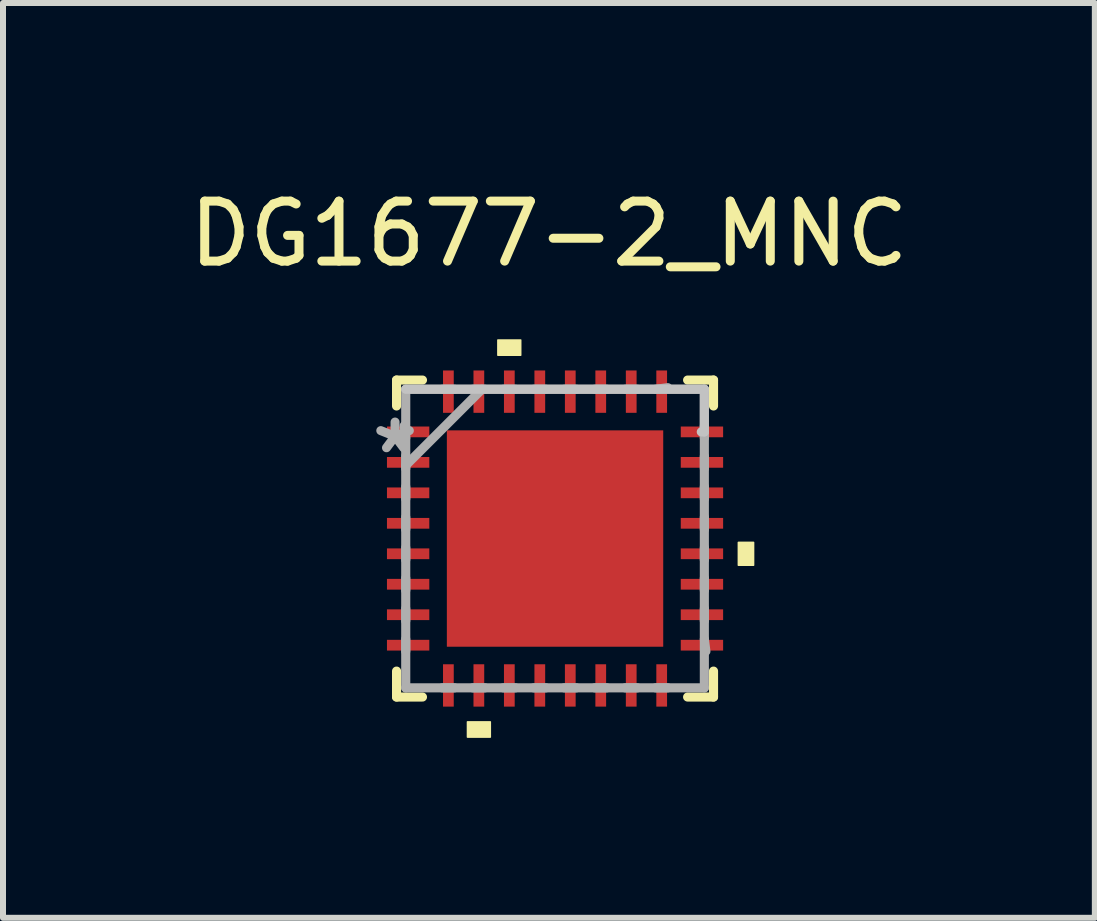
<source format=kicad_pcb>
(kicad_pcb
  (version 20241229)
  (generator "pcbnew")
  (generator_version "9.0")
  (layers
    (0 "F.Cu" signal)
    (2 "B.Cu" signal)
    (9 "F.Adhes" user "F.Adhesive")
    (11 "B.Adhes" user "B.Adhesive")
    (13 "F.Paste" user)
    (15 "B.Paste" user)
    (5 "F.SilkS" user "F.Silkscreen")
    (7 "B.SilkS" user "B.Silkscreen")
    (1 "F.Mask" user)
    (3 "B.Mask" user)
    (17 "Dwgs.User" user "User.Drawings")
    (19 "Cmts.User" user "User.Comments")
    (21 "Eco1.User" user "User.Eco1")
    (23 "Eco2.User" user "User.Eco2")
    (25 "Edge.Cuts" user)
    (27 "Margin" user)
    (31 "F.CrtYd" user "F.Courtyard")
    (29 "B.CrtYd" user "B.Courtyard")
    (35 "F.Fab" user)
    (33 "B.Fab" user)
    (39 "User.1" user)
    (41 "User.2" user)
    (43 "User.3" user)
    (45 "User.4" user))
  (footprint "DG1677-2_MNC"
    (layer "F.Cu")
    (at 6.203 5.928)
    (property "Reference" "DG1677-2_MNC" (at -0.102 -5.08 0) (layer "F.SilkS") (effects (font (size 1 1) (thickness 0.15))))
    (attr smd)
    (fp_line (start -2.642 -2.642) (end -2.642 -2.21) (stroke (width 0.152) (type solid)) (layer "F.SilkS"))
    (fp_line (start -2.642 2.21) (end -2.642 2.642) (stroke (width 0.152) (type solid)) (layer "F.SilkS"))
    (fp_line (start -2.642 2.642) (end -2.21 2.642) (stroke (width 0.152) (type solid)) (layer "F.SilkS"))
    (fp_line (start -2.21 -2.642) (end -2.642 -2.642) (stroke (width 0.152) (type solid)) (layer "F.SilkS"))
    (fp_line (start 2.21 2.642) (end 2.642 2.642) (stroke (width 0.152) (type solid)) (layer "F.SilkS"))
    (fp_line (start 2.642 -2.642) (end 2.21 -2.642) (stroke (width 0.152) (type solid)) (layer "F.SilkS"))
    (fp_line (start 2.642 -2.21) (end 2.642 -2.642) (stroke (width 0.152) (type solid)) (layer "F.SilkS"))
    (fp_line (start 2.642 2.642) (end 2.642 2.21) (stroke (width 0.152) (type solid)) (layer "F.SilkS"))
    (fp_poly (pts (xy -1.46 3.056) (xy -1.46 3.31) (xy -1.079 3.31) (xy -1.079 3.056)) (stroke (width 0.025) (type solid)) (fill yes) (layer "F.SilkS"))
    (fp_poly (pts (xy -0.953 -3.056) (xy -0.953 -3.31) (xy -0.572 -3.31) (xy -0.572 -3.056)) (stroke (width 0.025) (type solid)) (fill yes) (layer "F.SilkS"))
    (fp_poly (pts (xy 3.31 0.064) (xy 3.31 0.445) (xy 3.056 0.445) (xy 3.056 0.064)) (stroke (width 0.025) (type solid)) (fill yes) (layer "F.SilkS"))
    (fp_poly (pts (xy -1.703 -1.703) (xy -1.703 -0.1) (xy -0.1 -0.1) (xy -0.1 -1.703)) (stroke (width 0.025) (type solid)) (fill yes) (layer "F.Paste"))
    (fp_poly (pts (xy -1.703 0.1) (xy -1.703 1.703) (xy -0.1 1.703) (xy -0.1 0.1)) (stroke (width 0.025) (type solid)) (fill yes) (layer "F.Paste"))
    (fp_poly (pts (xy 0.1 -1.703) (xy 0.1 -0.1) (xy 1.703 -0.1) (xy 1.703 -1.703)) (stroke (width 0.025) (type solid)) (fill yes) (layer "F.Paste"))
    (fp_poly (pts (xy 0.1 0.1) (xy 0.1 1.703) (xy 1.703 1.703) (xy 1.703 0.1)) (stroke (width 0.025) (type solid)) (fill yes) (layer "F.Paste"))
    (fp_line (start 2.438 -1.778) (end 2.489 -1.778) (stroke (width 0.152) (type solid)) (layer "Dwgs.User"))
    (fp_line (start 2.489 -2.489) (end -2.489 -2.489) (stroke (width 0.152) (type solid)) (layer "Dwgs.User"))
    (fp_line (start 2.489 -1.778) (end 2.489 -2.489) (stroke (width 0.152) (type solid)) (layer "Dwgs.User"))
    (fp_line (start -2.515 -1.88) (end -2.489 -1.676) (stroke (width 0.152) (type solid)) (layer "F.Fab"))
    (fp_line (start -2.489 -2.489) (end -2.489 2.489) (stroke (width 0.152) (type solid)) (layer "F.Fab"))
    (fp_line (start -2.489 -1.372) (end -2.489 -1.168) (stroke (width 0.152) (type solid)) (layer "F.Fab"))
    (fp_line (start -2.489 -1.219) (end -1.219 -2.489) (stroke (width 0.152) (type solid)) (layer "F.Fab"))
    (fp_line (start -2.489 -0.864) (end -2.489 -0.66) (stroke (width 0.152) (type solid)) (layer "F.Fab"))
    (fp_line (start -2.489 -0.356) (end -2.489 -0.152) (stroke (width 0.152) (type solid)) (layer "F.Fab"))
    (fp_line (start -2.489 0.152) (end -2.489 0.356) (stroke (width 0.152) (type solid)) (layer "F.Fab"))
    (fp_line (start -2.489 0.66) (end -2.489 0.864) (stroke (width 0.152) (type solid)) (layer "F.Fab"))
    (fp_line (start -2.489 1.168) (end -2.489 1.372) (stroke (width 0.152) (type solid)) (layer "F.Fab"))
    (fp_line (start -2.489 1.676) (end -2.489 1.88) (stroke (width 0.152) (type solid)) (layer "F.Fab"))
    (fp_line (start -2.489 2.489) (end 2.489 2.489) (stroke (width 0.152) (type solid)) (layer "F.Fab"))
    (fp_line (start -1.88 2.489) (end -1.676 2.489) (stroke (width 0.152) (type solid)) (layer "F.Fab"))
    (fp_line (start -1.676 -2.489) (end -1.88 -2.489) (stroke (width 0.152) (type solid)) (layer "F.Fab"))
    (fp_line (start -1.372 2.489) (end -1.168 2.489) (stroke (width 0.152) (type solid)) (layer "F.Fab"))
    (fp_line (start -1.168 -2.489) (end -1.372 -2.489) (stroke (width 0.152) (type solid)) (layer "F.Fab"))
    (fp_line (start -0.864 2.489) (end -0.66 2.489) (stroke (width 0.152) (type solid)) (layer "F.Fab"))
    (fp_line (start -0.66 -2.489) (end -0.864 -2.489) (stroke (width 0.152) (type solid)) (layer "F.Fab"))
    (fp_line (start -0.356 2.489) (end -0.152 2.489) (stroke (width 0.152) (type solid)) (layer "F.Fab"))
    (fp_line (start -0.152 -2.489) (end -0.356 -2.489) (stroke (width 0.152) (type solid)) (layer "F.Fab"))
    (fp_line (start 0.152 2.489) (end 0.356 2.489) (stroke (width 0.152) (type solid)) (layer "F.Fab"))
    (fp_line (start 0.356 -2.489) (end 0.152 -2.489) (stroke (width 0.152) (type solid)) (layer "F.Fab"))
    (fp_line (start 0.66 2.489) (end 0.864 2.489) (stroke (width 0.152) (type solid)) (layer "F.Fab"))
    (fp_line (start 0.864 -2.489) (end 0.66 -2.489) (stroke (width 0.152) (type solid)) (layer "F.Fab"))
    (fp_line (start 1.168 2.489) (end 1.372 2.489) (stroke (width 0.152) (type solid)) (layer "F.Fab"))
    (fp_line (start 1.372 -2.489) (end 1.168 -2.489) (stroke (width 0.152) (type solid)) (layer "F.Fab"))
    (fp_line (start 1.676 2.489) (end 1.88 2.489) (stroke (width 0.152) (type solid)) (layer "F.Fab"))
    (fp_line (start 1.88 -2.515) (end 1.676 -2.489) (stroke (width 0.152) (type solid)) (layer "F.Fab"))
    (fp_line (start 2.489 -2.489) (end -2.489 -2.489) (stroke (width 0.152) (type solid)) (layer "F.Fab"))
    (fp_line (start 2.489 -1.676) (end 2.489 -1.88) (stroke (width 0.152) (type solid)) (layer "F.Fab"))
    (fp_line (start 2.489 -1.168) (end 2.489 -1.372) (stroke (width 0.152) (type solid)) (layer "F.Fab"))
    (fp_line (start 2.489 -0.66) (end 2.489 -0.864) (stroke (width 0.152) (type solid)) (layer "F.Fab"))
    (fp_line (start 2.489 -0.152) (end 2.489 -0.356) (stroke (width 0.152) (type solid)) (layer "F.Fab"))
    (fp_line (start 2.489 0.356) (end 2.489 0.152) (stroke (width 0.152) (type solid)) (layer "F.Fab"))
    (fp_line (start 2.489 0.864) (end 2.489 0.66) (stroke (width 0.152) (type solid)) (layer "F.Fab"))
    (fp_line (start 2.489 1.372) (end 2.489 1.168) (stroke (width 0.152) (type solid)) (layer "F.Fab"))
    (fp_line (start 2.489 2.489) (end 2.489 -2.489) (stroke (width 0.152) (type solid)) (layer "F.Fab"))
    (fp_line (start 2.515 1.88) (end 2.489 1.676) (stroke (width 0.152) (type solid)) (layer "F.Fab"))
    (fp_text user "*" (at -2.667 -1.397 0) (layer "F.Fab") (effects (font (size 1 1) (thickness 0.15))))
    (pad "1" smd rect (at -2.449 -1.778 270) (size 0.179 0.706) (layers "F.Cu" "F.Mask" "F.Paste"))
    (pad "2" smd rect (at -2.449 -1.27 270) (size 0.179 0.706) (layers "F.Cu" "F.Mask" "F.Paste"))
    (pad "3" smd rect (at -2.449 -0.762 270) (size 0.179 0.706) (layers "F.Cu" "F.Mask" "F.Paste"))
    (pad "4" smd rect (at -2.449 -0.254 270) (size 0.179 0.706) (layers "F.Cu" "F.Mask" "F.Paste"))
    (pad "5" smd rect (at -2.449 0.254 270) (size 0.179 0.706) (layers "F.Cu" "F.Mask" "F.Paste"))
    (pad "6" smd rect (at -2.449 0.762 270) (size 0.179 0.706) (layers "F.Cu" "F.Mask" "F.Paste"))
    (pad "7" smd rect (at -2.449 1.27 270) (size 0.179 0.706) (layers "F.Cu" "F.Mask" "F.Paste"))
    (pad "8" smd rect (at -2.449 1.778 270) (size 0.179 0.706) (layers "F.Cu" "F.Mask" "F.Paste"))
    (pad "9" smd rect (at -1.778 2.449 180) (size 0.179 0.706) (layers "F.Cu" "F.Mask" "F.Paste"))
    (pad "10" smd rect (at -1.27 2.449 180) (size 0.179 0.706) (layers "F.Cu" "F.Mask" "F.Paste"))
    (pad "11" smd rect (at -0.762 2.449 180) (size 0.179 0.706) (layers "F.Cu" "F.Mask" "F.Paste"))
    (pad "12" smd rect (at -0.254 2.449 180) (size 0.179 0.706) (layers "F.Cu" "F.Mask" "F.Paste"))
    (pad "13" smd rect (at 0.254 2.449 180) (size 0.179 0.706) (layers "F.Cu" "F.Mask" "F.Paste"))
    (pad "14" smd rect (at 0.762 2.449 180) (size 0.179 0.706) (layers "F.Cu" "F.Mask" "F.Paste"))
    (pad "15" smd rect (at 1.27 2.449 180) (size 0.179 0.706) (layers "F.Cu" "F.Mask" "F.Paste"))
    (pad "16" smd rect (at 1.778 2.449 180) (size 0.179 0.706) (layers "F.Cu" "F.Mask" "F.Paste"))
    (pad "17" smd rect (at 2.449 1.778 270) (size 0.179 0.706) (layers "F.Cu" "F.Mask" "F.Paste"))
    (pad "18" smd rect (at 2.449 1.27 270) (size 0.179 0.706) (layers "F.Cu" "F.Mask" "F.Paste"))
    (pad "19" smd rect (at 2.449 0.762 270) (size 0.179 0.706) (layers "F.Cu" "F.Mask" "F.Paste"))
    (pad "20" smd rect (at 2.449 0.254 270) (size 0.179 0.706) (layers "F.Cu" "F.Mask" "F.Paste"))
    (pad "21" smd rect (at 2.449 -0.254 270) (size 0.179 0.706) (layers "F.Cu" "F.Mask" "F.Paste"))
    (pad "22" smd rect (at 2.449 -0.762 270) (size 0.179 0.706) (layers "F.Cu" "F.Mask" "F.Paste"))
    (pad "23" smd rect (at 2.449 -1.27 270) (size 0.179 0.706) (layers "F.Cu" "F.Mask" "F.Paste"))
    (pad "24" smd rect (at 2.449 -1.778 270) (size 0.179 0.706) (layers "F.Cu" "F.Mask" "F.Paste"))
    (pad "25" smd rect (at 1.778 -2.449 180) (size 0.179 0.706) (layers "F.Cu" "F.Mask" "F.Paste"))
    (pad "26" smd rect (at 1.27 -2.449 180) (size 0.179 0.706) (layers "F.Cu" "F.Mask" "F.Paste"))
    (pad "27" smd rect (at 0.762 -2.449 180) (size 0.179 0.706) (layers "F.Cu" "F.Mask" "F.Paste"))
    (pad "28" smd rect (at 0.254 -2.449 180) (size 0.179 0.706) (layers "F.Cu" "F.Mask" "F.Paste"))
    (pad "29" smd rect (at -0.254 -2.449 180) (size 0.179 0.706) (layers "F.Cu" "F.Mask" "F.Paste"))
    (pad "30" smd rect (at -0.762 -2.449 180) (size 0.179 0.706) (layers "F.Cu" "F.Mask" "F.Paste"))
    (pad "31" smd rect (at -1.27 -2.449 180) (size 0.179 0.706) (layers "F.Cu" "F.Mask" "F.Paste"))
    (pad "32" smd rect (at -1.778 -2.449 180) (size 0.179 0.706) (layers "F.Cu" "F.Mask" "F.Paste"))
    (pad "33" smd rect (at 0 0) (size 3.607 3.607) (layers "F.Cu" "F.Mask")))
  (gr_rect
    (start -3 -3)
    (end 15.202 12.251)
    (stroke (width 0.1) (type default))
    (fill no)
    (layer "Edge.Cuts")))
</source>
